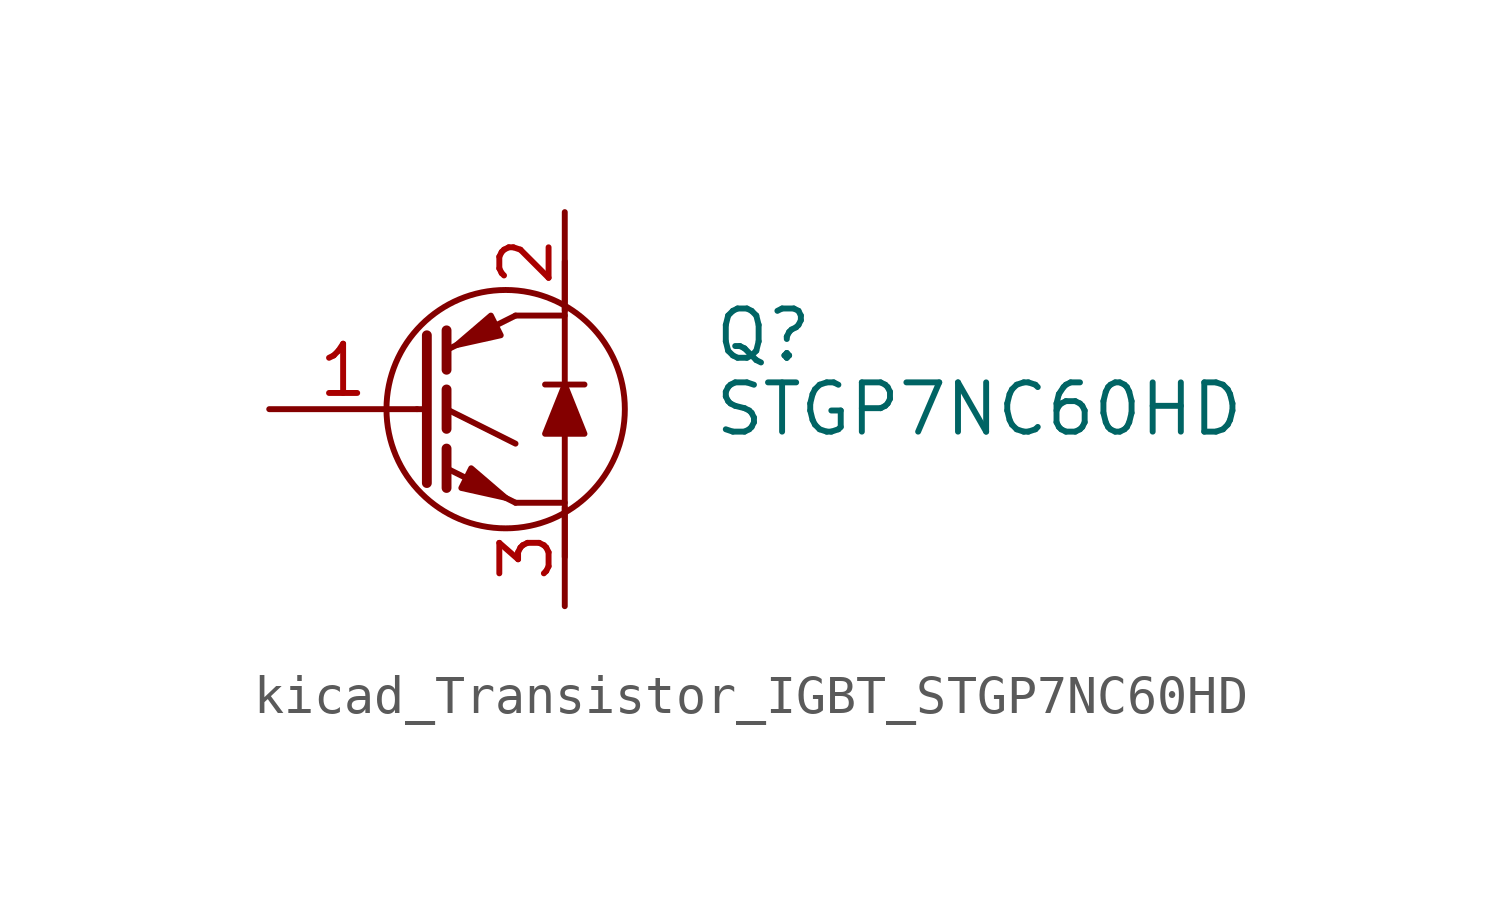
<source format=kicad_sym>
(kicad_symbol_lib
  (version 20220914)
  (generator kicad_symbol_editor)
  (symbol "kicad_Transistor_IGBT_STGP7NC60HD"
    (pin_names
      (offset 0) hide)
    (property "Reference" "Q"
      (at 6.35 1.905 0)
      (effects (font (size 1.27 1.27)) (justify left)))
    (property "Value" "STGP7NC60HD"
      (at 6.35 0 0)
      (effects (font (size 1.27 1.27)) (justify left)))
    (symbol "kicad_Transistor_IGBT_STGP7NC60HD_0_1"
      (polyline (pts (xy -1.27 0) (xy -1.016 0)) (stroke (width 0) (type default)) (fill (type none)))
      (polyline (pts (xy 1.27 -2.413) (xy 2.54 -2.413)) (stroke (width 0) (type default)) (fill (type none)))
      (polyline (pts (xy 1.27 2.413) (xy 2.54 2.413)) (stroke (width 0) (type default)) (fill (type none)))
      (polyline (pts (xy 2.032 0.635) (xy 3.048 0.635)) (stroke (width 0) (type default)) (fill (type none)))
      (polyline (pts (xy 2.54 3.81) (xy 2.54 -3.81)) (stroke (width 0) (type default)) (fill (type none)))
      (polyline (pts (xy 2.54 0.635) (xy 2.032 -0.635) (xy 3.048 -0.635) (xy 2.54 0.635)) (stroke (width 0) (type default)) (fill (type outline)))
      (circle (center 1.016 0) (radius 3.073) (stroke (width 0) (type default)) (fill (type none))))
    (symbol "kicad_Transistor_IGBT_STGP7NC60HD_1_1"
      (polyline (pts (xy -0.508 -1.016) (xy -0.508 -2.032)) (stroke (width 0.254) (type default)) (fill (type none)))
      (polyline (pts (xy -0.508 0.508) (xy -0.508 -0.508)) (stroke (width 0.254) (type default)) (fill (type none)))
      (polyline (pts (xy -0.508 2.032) (xy -0.508 1.016)) (stroke (width 0.254) (type default)) (fill (type none)))
      (polyline (pts (xy 1.27 -2.413) (xy -0.508 -1.524)) (stroke (width 0) (type default)) (fill (type none)))
      (polyline (pts (xy 1.27 -0.889) (xy -0.508 0)) (stroke (width 0) (type default)) (fill (type none)))
      (polyline (pts (xy 1.27 2.413) (xy -0.508 1.524)) (stroke (width 0) (type default)) (fill (type none)))
      (polyline (pts (xy -1.016 1.905) (xy -1.016 -1.905) (xy -1.016 -1.905)) (stroke (width 0.254) (type default)) (fill (type none)))
      (polyline (pts (xy -0.127 -2.032) (xy 0.127 -1.524) (xy 1.016 -2.286) (xy -0.127 -2.032)) (stroke (width 0) (type default)) (fill (type outline)))
      (polyline (pts (xy 0.889 1.905) (xy 0.635 2.413) (xy -0.254 1.651) (xy 0.889 1.905)) (stroke (width 0) (type default)) (fill (type outline)))
      (pin input line (at -5.08 0 0) (length 3.81) (name "G" (effects (font (size 1.27 1.27)))) (number "1" (effects (font (size 1.27 1.27)))))
      (pin passive line (at 2.54 5.08 270) (length 2.54) (name "C" (effects (font (size 1.27 1.27)))) (number "2" (effects (font (size 1.27 1.27)))))
      (pin passive line (at 2.54 -5.08 90) (length 2.54) (name "E" (effects (font (size 1.27 1.27)))) (number "3" (effects (font (size 1.27 1.27))))))))
</source>
